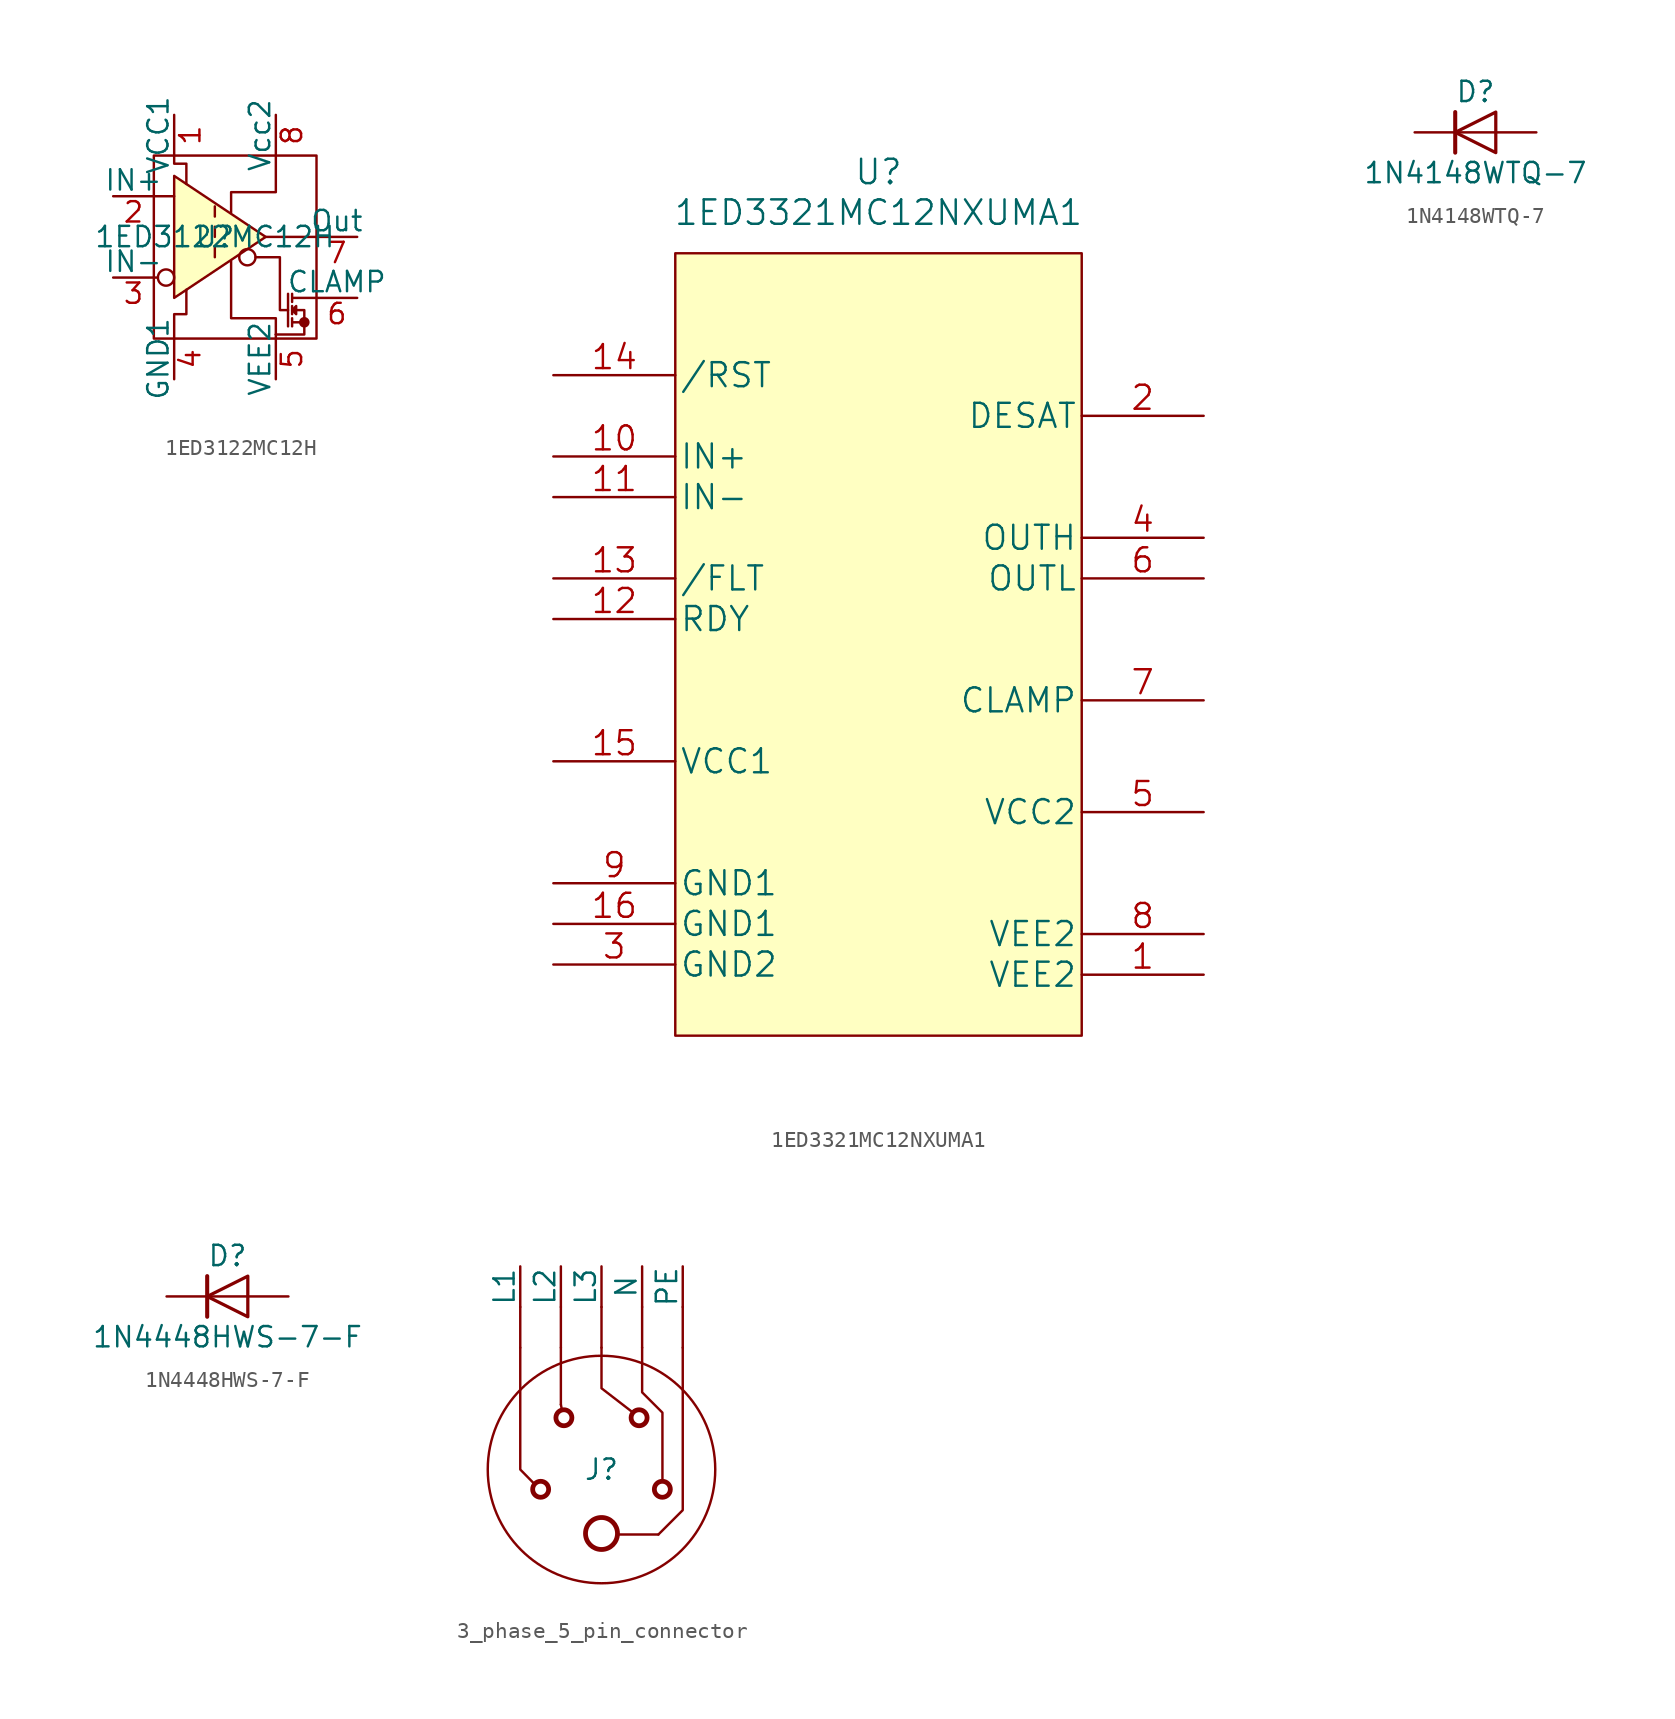
<source format=kicad_sym>
(kicad_symbol_lib
  (version 20231120)
  (generator "kicad_symbol_editor")
  (generator_version "8.0")
  (symbol "1ED3122MC12H"
    (pin_names
      (offset 0))
    (property "Reference" "U"
      (at 0 0 0)
      (effects (font (size 1.27 1.27))))
    (property "Value" "1ED3122MC12H"
      (at 0 0 0)
      (effects (font (size 1.27 1.27))))
    (symbol "1ED3122MC12H_0_1"
      (rectangle (start -3.81 5.08) (end 6.35 -6.35) (stroke (width 0) (type default)) (fill (type none)))
      (circle (center -3.048 -2.54) (radius 0.508) (stroke (width 0) (type default)) (fill (type none)))
      (polyline (pts (xy -3.556 -2.54) (xy -3.81 -2.54)) (stroke (width 0) (type default)) (fill (type none)))
      (polyline (pts (xy -2.54 2.54) (xy -3.81 2.54)) (stroke (width 0) (type default)) (fill (type none)))
      (polyline (pts (xy 0 -0.635) (xy 0 -1.27)) (stroke (width 0) (type default)) (fill (type none)))
      (polyline (pts (xy 0 0.635) (xy 0 0)) (stroke (width 0) (type default)) (fill (type none)))
      (polyline (pts (xy 0 1.905) (xy 0 1.27)) (stroke (width 0) (type default)) (fill (type none)))
      (polyline (pts (xy 3.175 0) (xy 6.35 0)) (stroke (width 0) (type default)) (fill (type none)))
      (polyline (pts (xy 3.81 -6.35) (xy 3.81 -6.096)) (stroke (width 0) (type default)) (fill (type none)))
      (polyline (pts (xy 4.572 -3.556) (xy 4.572 -5.588)) (stroke (width 0) (type default)) (fill (type none)))
      (polyline (pts (xy 4.826 -4.318) (xy 4.826 -4.826)) (stroke (width 0) (type default)) (fill (type none)))
      (polyline (pts (xy 5.588 -5.334) (xy 5.588 -6.096) (xy 3.81 -6.096)) (stroke (width 0) (type default)) (fill (type none)))
      (polyline (pts (xy -2.54 -6.35) (xy -2.54 -4.826) (xy -1.778 -4.826) (xy -1.778 -3.302)) (stroke (width 0) (type default)) (fill (type none)))
      (polyline (pts (xy -2.54 5.08) (xy -2.54 4.572) (xy -1.778 4.572) (xy -1.778 3.302)) (stroke (width 0) (type default)) (fill (type none)))
      (polyline (pts (xy 3.175 0) (xy -2.54 3.81) (xy -2.54 -3.81) (xy 3.175 0)) (stroke (width 0) (type default)) (fill (type background)))
      (polyline (pts (xy 3.81 -6.096) (xy 3.81 -5.08) (xy 1.016 -5.08) (xy 1.016 -1.524)) (stroke (width 0) (type default)) (fill (type none)))
      (polyline (pts (xy 3.81 5.08) (xy 3.81 2.794) (xy 1.016 2.794) (xy 1.016 1.524)) (stroke (width 0) (type default)) (fill (type none)))
      (polyline (pts (xy 4.572 -4.572) (xy 4.064 -4.572) (xy 4.064 -1.27) (xy 2.54 -1.27)) (stroke (width 0) (type default)) (fill (type none)))
      (polyline (pts (xy 6.35 -3.81) (xy 4.826 -3.81) (xy 4.826 -3.556) (xy 4.826 -4.064)) (stroke (width 0) (type default)) (fill (type none)))
      (polyline (pts (xy 4.826 -4.572) (xy 5.08 -4.318) (xy 5.08 -4.826) (xy 4.826 -4.572) (xy 5.588 -4.572) (xy 5.588 -5.334) (xy 4.826 -5.334) (xy 4.826 -5.08) (xy 4.826 -5.588)) (stroke (width 0) (type default)) (fill (type none)))
      (circle (center 2.032 -1.27) (radius 0.508) (stroke (width 0) (type default)) (fill (type none)))
      (circle (center 5.588 -5.334) (radius 0.254) (stroke (width 0) (type default)) (fill (type outline))))
    (symbol "1ED3122MC12H_1_1"
      (pin input line (at -2.54 7.62 270) (length 2.54) (name "VCC1" (effects (font (size 1.27 1.27)))) (number "1" (effects (font (size 1.27 1.27)))))
      (pin input line (at -6.35 2.54 0) (length 2.54) (name "IN+" (effects (font (size 1.27 1.27)))) (number "2" (effects (font (size 1.27 1.27)))))
      (pin input line (at -6.35 -2.54 0) (length 2.54) (name "IN-" (effects (font (size 1.27 1.27)))) (number "3" (effects (font (size 1.27 1.27)))))
      (pin input line (at -2.54 -8.89 90) (length 2.54) (name "GND1" (effects (font (size 1.27 1.27)))) (number "4" (effects (font (size 1.27 1.27)))))
      (pin input line (at 3.81 -8.89 90) (length 2.54) (name "VEE2" (effects (font (size 1.27 1.27)))) (number "5" (effects (font (size 1.27 1.27)))))
      (pin input line (at 8.89 -3.81 180) (length 2.54) (name "CLAMP" (effects (font (size 1.27 1.27)))) (number "6" (effects (font (size 1.27 1.27)))))
      (pin input line (at 8.89 0 180) (length 2.54) (name "Out" (effects (font (size 1.27 1.27)))) (number "7" (effects (font (size 1.27 1.27)))))
      (pin input line (at 3.81 7.62 270) (length 2.54) (name "Vcc2" (effects (font (size 1.27 1.27)))) (number "8" (effects (font (size 1.27 1.27)))))))
  (symbol "1ED3321MC12NXUMA1"
    (pin_names
      (offset 0.254))
    (property "Reference" "U"
      (at 20.32 12.7 0)
      (effects (font (size 1.524 1.524))))
    (property "Value" "1ED3321MC12NXUMA1"
      (at 20.32 10.16 0)
      (effects (font (size 1.524 1.524))))
    (symbol "1ED3321MC12NXUMA1_1_1"
      (rectangle (start 7.62 7.62) (end 33.02 -41.275) (stroke (width 0) (type default)) (fill (type background)))
      (pin power_in line (at 40.64 -37.465 180) (length 7.62) (name "VEE2" (effects (font (size 1.499 1.499)))) (number "1" (effects (font (size 1.499 1.499)))))
      (pin input line (at 0 -5.08 0) (length 7.62) (name "IN+" (effects (font (size 1.499 1.499)))) (number "10" (effects (font (size 1.499 1.499)))))
      (pin input line (at 0 -7.62 0) (length 7.62) (name "IN-" (effects (font (size 1.499 1.499)))) (number "11" (effects (font (size 1.499 1.499)))))
      (pin output line (at 0 -15.24 0) (length 7.62) (name "RDY" (effects (font (size 1.499 1.499)))) (number "12" (effects (font (size 1.499 1.499)))))
      (pin output line (at 0 -12.7 0) (length 7.62) (name "/FLT" (effects (font (size 1.499 1.499)))) (number "13" (effects (font (size 1.499 1.499)))))
      (pin input line (at 0 0 0) (length 7.62) (name "/RST" (effects (font (size 1.499 1.499)))) (number "14" (effects (font (size 1.499 1.499)))))
      (pin power_in line (at 0 -24.13 0) (length 7.62) (name "VCC1" (effects (font (size 1.499 1.499)))) (number "15" (effects (font (size 1.499 1.499)))))
      (pin power_in line (at 0 -34.29 0) (length 7.62) (name "GND1" (effects (font (size 1.499 1.499)))) (number "16" (effects (font (size 1.499 1.499)))))
      (pin unspecified line (at 40.64 -2.54 180) (length 7.62) (name "DESAT" (effects (font (size 1.499 1.499)))) (number "2" (effects (font (size 1.499 1.499)))))
      (pin power_in line (at 0 -36.83 0) (length 7.62) (name "GND2" (effects (font (size 1.499 1.499)))) (number "3" (effects (font (size 1.499 1.499)))))
      (pin output line (at 40.64 -10.16 180) (length 7.62) (name "OUTH" (effects (font (size 1.499 1.499)))) (number "4" (effects (font (size 1.499 1.499)))))
      (pin power_in line (at 40.64 -27.305 180) (length 7.62) (name "VCC2" (effects (font (size 1.499 1.499)))) (number "5" (effects (font (size 1.499 1.499)))))
      (pin output line (at 40.64 -12.7 180) (length 7.62) (name "OUTL" (effects (font (size 1.499 1.499)))) (number "6" (effects (font (size 1.499 1.499)))))
      (pin unspecified line (at 40.64 -20.32 180) (length 7.62) (name "CLAMP" (effects (font (size 1.499 1.499)))) (number "7" (effects (font (size 1.499 1.499)))))
      (pin power_in line (at 40.64 -34.925 180) (length 7.62) (name "VEE2" (effects (font (size 1.499 1.499)))) (number "8" (effects (font (size 1.499 1.499)))))
      (pin power_in line (at 0 -31.75 0) (length 7.62) (name "GND1" (effects (font (size 1.499 1.499)))) (number "9" (effects (font (size 1.499 1.499)))))))
  (symbol "1N4148WTQ-7"
    (pin_numbers hide)
    (pin_names
      (offset 1.016) hide)
    (property "Reference" "D"
      (at 0 2.54 0)
      (effects (font (size 1.27 1.27))))
    (property "Value" "1N4148WTQ-7"
      (at 0 -2.54 0)
      (effects (font (size 1.27 1.27))))
    (symbol "1N4148WTQ-7_0_1"
      (polyline (pts (xy -1.27 1.27) (xy -1.27 -1.27)) (stroke (width 0.254) (type default)) (fill (type none)))
      (polyline (pts (xy 1.27 0) (xy -1.27 0)) (stroke (width 0) (type default)) (fill (type none)))
      (polyline (pts (xy 1.27 1.27) (xy 1.27 -1.27) (xy -1.27 0) (xy 1.27 1.27)) (stroke (width 0.203) (type default)) (fill (type none))))
    (symbol "1N4148WTQ-7_1_1"
      (pin passive line (at -3.81 0 0) (length 2.54) (name "K" (effects (font (size 1.27 1.27)))) (number "1" (effects (font (size 1.27 1.27)))))
      (pin passive line (at 3.81 0 180) (length 2.54) (name "A" (effects (font (size 1.27 1.27)))) (number "2" (effects (font (size 1.27 1.27)))))))
  (symbol "1N4448HWS-7-F"
    (pin_numbers hide)
    (pin_names
      (offset 1.016) hide)
    (property "Reference" "D"
      (at 0 2.54 0)
      (effects (font (size 1.27 1.27))))
    (property "Value" "1N4448HWS-7-F"
      (at 0 -2.54 0)
      (effects (font (size 1.27 1.27))))
    (symbol "1N4448HWS-7-F_0_1"
      (polyline (pts (xy -1.27 1.27) (xy -1.27 -1.27)) (stroke (width 0.254) (type default)) (fill (type none)))
      (polyline (pts (xy 1.27 0) (xy -1.27 0)) (stroke (width 0) (type default)) (fill (type none)))
      (polyline (pts (xy 1.27 1.27) (xy 1.27 -1.27) (xy -1.27 0) (xy 1.27 1.27)) (stroke (width 0.203) (type default)) (fill (type none))))
    (symbol "1N4448HWS-7-F_1_1"
      (pin passive line (at -3.81 0 0) (length 2.54) (name "K" (effects (font (size 1.27 1.27)))) (number "1" (effects (font (size 1.27 1.27)))))
      (pin passive line (at 3.81 0 180) (length 2.54) (name "A" (effects (font (size 1.27 1.27)))) (number "2" (effects (font (size 1.27 1.27)))))))
  (symbol "3_phase_5_pin_connector"
    (pin_numbers hide)
    (pin_names
      (offset 0))
    (property "Reference" "J"
      (at 0 0 0)
      (effects (font (size 1.27 1.27))))
    (property "Value" ""
      (at 0 0 0)
      (effects (font (size 1.27 1.27))))
    (symbol "3_phase_5_pin_connector_0_1"
      (circle (center -2.351 3.236) (radius 0.5) (stroke (width 0.3) (type default)) (fill (type none)))
      (polyline (pts (xy -2.54 7.62) (xy -2.54 4.064)) (stroke (width 0) (type default)) (fill (type none)))
      (polyline (pts (xy -2.477 3.734) (xy -2.54 4.064)) (stroke (width 0) (type default)) (fill (type none)))
      (polyline (pts (xy 1.016 -4.064) (xy 3.556 -4.064)) (stroke (width 0) (type default)) (fill (type none)))
      (polyline (pts (xy -5.08 7.62) (xy -5.08 0) (xy -4.194 -0.902)) (stroke (width 0) (type default)) (fill (type none)))
      (polyline (pts (xy 0 7.62) (xy 0 5.08) (xy 1.946 3.578)) (stroke (width 0) (type default)) (fill (type none)))
      (polyline (pts (xy 5.08 7.62) (xy 5.08 -2.54) (xy 3.556 -4.064)) (stroke (width 0) (type default)) (fill (type none)))
      (polyline (pts (xy 2.54 7.62) (xy 2.54 4.826) (xy 3.556 3.81) (xy 3.81 3.556) (xy 3.81 -0.762)) (stroke (width 0) (type default)) (fill (type none))))
    (symbol "3_phase_5_pin_connector_1_1"
      (circle (center -3.804 -1.236) (radius 0.5) (stroke (width 0.3) (type default)) (fill (type none)))
      (circle (center 0 -4) (radius 1) (stroke (width 0.3) (type default)) (fill (type none)))
      (polyline (pts (xy -5.08 10.16) (xy -5.08 7.62)) (stroke (width 0) (type default)) (fill (type none)))
      (polyline (pts (xy -2.54 10.16) (xy -2.54 7.62)) (stroke (width 0) (type default)) (fill (type none)))
      (polyline (pts (xy 0 10.16) (xy 0 7.62)) (stroke (width 0) (type default)) (fill (type none)))
      (polyline (pts (xy 2.54 10.16) (xy 2.54 7.62)) (stroke (width 0) (type default)) (fill (type none)))
      (polyline (pts (xy 5.08 10.16) (xy 5.08 7.62)) (stroke (width 0) (type default)) (fill (type none)))
      (circle (center 0 0) (radius 7.112) (stroke (width 0) (type default)) (fill (type none)))
      (circle (center 2.351 3.236) (radius 0.5) (stroke (width 0.3) (type default)) (fill (type none)))
      (circle (center 3.804 -1.236) (radius 0.5) (stroke (width 0.3) (type default)) (fill (type none)))
      (pin input line (at -5.08 12.7 270) (length 2.54) (name "L1" (effects (font (size 1.27 1.27)))) (number "1" (effects (font (size 1.27 1.27)))))
      (pin input line (at -2.54 12.7 270) (length 2.54) (name "L2" (effects (font (size 1.27 1.27)))) (number "2" (effects (font (size 1.27 1.27)))))
      (pin input line (at 0 12.7 270) (length 2.54) (name "L3" (effects (font (size 1.27 1.27)))) (number "3" (effects (font (size 1.27 1.27)))))
      (pin input line (at 2.54 12.7 270) (length 2.54) (name "N" (effects (font (size 1.27 1.27)))) (number "4" (effects (font (size 1.27 1.27)))))
      (pin passive line (at 5.08 12.7 270) (length 2.54) (name "PE" (effects (font (size 1.27 1.27)))) (number "5" (effects (font (size 1.27 1.27))))))))
</source>
